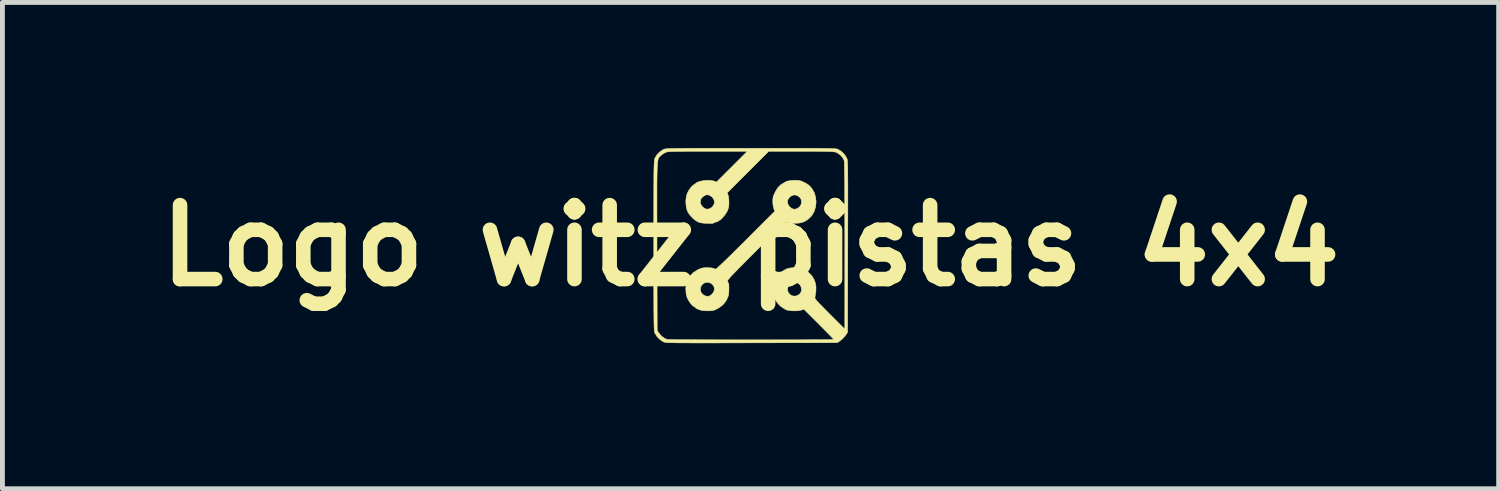
<source format=kicad_pcb>
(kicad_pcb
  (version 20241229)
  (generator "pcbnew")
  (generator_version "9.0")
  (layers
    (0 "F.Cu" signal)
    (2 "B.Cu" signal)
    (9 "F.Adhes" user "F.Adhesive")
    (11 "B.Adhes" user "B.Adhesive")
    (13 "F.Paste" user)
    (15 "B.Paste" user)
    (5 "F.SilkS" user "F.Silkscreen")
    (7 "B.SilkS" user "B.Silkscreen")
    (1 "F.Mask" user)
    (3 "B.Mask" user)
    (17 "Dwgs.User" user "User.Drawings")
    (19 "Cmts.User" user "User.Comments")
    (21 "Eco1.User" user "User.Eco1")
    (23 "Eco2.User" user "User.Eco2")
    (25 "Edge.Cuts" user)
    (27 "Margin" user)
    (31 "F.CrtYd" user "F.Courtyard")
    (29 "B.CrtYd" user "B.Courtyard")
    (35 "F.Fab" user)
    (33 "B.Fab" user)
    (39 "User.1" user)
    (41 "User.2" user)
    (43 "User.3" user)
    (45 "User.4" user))
  (footprint "Logo witz pistas 4x4"
    (layer "F.Cu")
    (at 12.417 2.012)
    (property "Reference" "Logo witz pistas 4x4" (at 0 0 0) (layer "F.SilkS") (effects (font (size 1.524 1.524) (thickness 0.3))))
    (attr through_hole)
    (fp_poly (pts (xy 0.971 -1.345) (xy 1.014 -1.339) (xy 1.053 -1.327) (xy 1.096 -1.308) (xy 1.152 -1.279) (xy 1.192 -1.252) (xy 1.226 -1.222) (xy 1.26 -1.181) (xy 1.265 -1.175) (xy 1.313 -1.093) (xy 1.341 -1.001) (xy 1.351 -0.903) (xy 1.342 -0.805) (xy 1.315 -0.712) (xy 1.269 -0.629) (xy 1.241 -0.595) (xy 1.17 -0.531) (xy 1.096 -0.489) (xy 1.012 -0.466) (xy 0.913 -0.46) (xy 0.893 -0.461) (xy 0.837 -0.465) (xy 0.787 -0.47) (xy 0.752 -0.475) (xy 0.745 -0.476) (xy 0.737 -0.478) (xy 0.728 -0.477) (xy 0.717 -0.472) (xy 0.701 -0.462) (xy 0.681 -0.447) (xy 0.654 -0.423) (xy 0.62 -0.392) (xy 0.576 -0.35) (xy 0.522 -0.297) (xy 0.455 -0.232) (xy 0.376 -0.153) (xy 0.282 -0.059) (xy 0.172 0.051) (xy 0.115 0.107) (xy -0.005 0.227) (xy -0.107 0.33) (xy -0.194 0.418) (xy -0.267 0.492) (xy -0.326 0.553) (xy -0.374 0.602) (xy -0.41 0.642) (xy -0.437 0.672) (xy -0.455 0.695) (xy -0.467 0.712) (xy -0.472 0.724) (xy -0.473 0.732) (xy -0.464 0.758) (xy -0.456 0.769) (xy -0.45 0.785) (xy -0.446 0.82) (xy -0.445 0.866) (xy -0.445 0.918) (xy -0.448 0.968) (xy -0.452 1.01) (xy -0.459 1.038) (xy -0.482 1.092) (xy -0.499 1.129) (xy -0.509 1.143) (xy -0.52 1.157) (xy -0.539 1.183) (xy -0.545 1.192) (xy -0.579 1.228) (xy -0.629 1.266) (xy -0.687 1.302) (xy -0.744 1.328) (xy -0.749 1.33) (xy -0.793 1.339) (xy -0.851 1.344) (xy -0.916 1.343) (xy -0.978 1.339) (xy -1.028 1.33) (xy -1.041 1.325) (xy -1.077 1.311) (xy -1.106 1.301) (xy -1.108 1.3) (xy -1.127 1.289) (xy -1.13 1.283) (xy -1.14 1.272) (xy -1.16 1.26) (xy -1.195 1.236) (xy -1.233 1.194) (xy -1.269 1.143) (xy -1.299 1.088) (xy -1.309 1.065) (xy -1.329 0.981) (xy -1.334 0.896) (xy -1.034 0.896) (xy -1.023 0.954) (xy -0.992 0.999) (xy -0.948 1.028) (xy -0.901 1.045) (xy -0.861 1.043) (xy -0.818 1.021) (xy -0.813 1.017) (xy -0.786 0.991) (xy -0.761 0.955) (xy -0.758 0.948) (xy -0.743 0.895) (xy -0.754 0.844) (xy -0.79 0.796) (xy -0.793 0.793) (xy -0.841 0.764) (xy -0.893 0.756) (xy -0.943 0.766) (xy -0.987 0.793) (xy -1.019 0.834) (xy -1.033 0.886) (xy -1.034 0.896) (xy -1.334 0.896) (xy -1.335 0.889) (xy -1.326 0.798) (xy -1.303 0.718) (xy -1.301 0.715) (xy -1.248 0.626) (xy -1.176 0.552) (xy -1.086 0.496) (xy -1.079 0.493) (xy -1.03 0.472) (xy -0.987 0.46) (xy -0.938 0.455) (xy -0.895 0.454) (xy -0.843 0.456) (xy -0.798 0.46) (xy -0.769 0.467) (xy -0.765 0.468) (xy -0.734 0.48) (xy -0.715 0.483) (xy -0.702 0.474) (xy -0.672 0.448) (xy -0.627 0.406) (xy -0.568 0.35) (xy -0.495 0.281) (xy -0.411 0.199) (xy -0.317 0.106) (xy -0.213 0.003) (xy -0.1 -0.109) (xy -0.097 -0.113) (xy 0.499 -0.708) (xy 0.478 -0.769) (xy 0.465 -0.824) (xy 0.459 -0.886) (xy 0.762 -0.886) (xy 0.778 -0.838) (xy 0.81 -0.796) (xy 0.852 -0.764) (xy 0.9 -0.75) (xy 0.906 -0.75) (xy 0.933 -0.755) (xy 0.968 -0.768) (xy 0.972 -0.769) (xy 1.013 -0.801) (xy 1.04 -0.846) (xy 1.051 -0.898) (xy 1.044 -0.949) (xy 1.018 -0.992) (xy 1.013 -0.997) (xy 0.96 -1.034) (xy 0.909 -1.046) (xy 0.863 -1.037) (xy 0.811 -1.005) (xy 0.777 -0.961) (xy 0.765 -0.933) (xy 0.762 -0.886) (xy 0.459 -0.886) (xy 0.459 -0.888) (xy 0.459 -0.951) (xy 0.466 -1.005) (xy 0.472 -1.025) (xy 0.516 -1.121) (xy 0.564 -1.195) (xy 0.618 -1.25) (xy 0.66 -1.277) (xy 0.69 -1.294) (xy 0.709 -1.306) (xy 0.711 -1.308) (xy 0.738 -1.323) (xy 0.784 -1.335) (xy 0.844 -1.343) (xy 0.909 -1.346) (xy 0.913 -1.346) (xy 0.971 -1.345)) (stroke (width 0.01) (type solid)) (fill yes) (layer "F.SilkS"))
    (fp_poly (pts (xy 0.252 -2.007) (xy 0.474 -2.007) (xy 0.673 -2.006) (xy 0.85 -2.006) (xy 1.007 -2.006) (xy 1.146 -2.006) (xy 1.266 -2.005) (xy 1.37 -2.005) (xy 1.459 -2.004) (xy 1.534 -2.003) (xy 1.597 -2.002) (xy 1.648 -2.001) (xy 1.69 -2) (xy 1.723 -1.998) (xy 1.748 -1.996) (xy 1.767 -1.994) (xy 1.782 -1.991) (xy 1.793 -1.988) (xy 1.802 -1.985) (xy 1.81 -1.981) (xy 1.81 -1.981) (xy 1.88 -1.935) (xy 1.94 -1.873) (xy 1.981 -1.808) (xy 1.984 -1.8) (xy 1.988 -1.792) (xy 1.991 -1.781) (xy 1.993 -1.768) (xy 1.995 -1.75) (xy 1.998 -1.727) (xy 1.999 -1.696) (xy 2.001 -1.658) (xy 2.002 -1.609) (xy 2.003 -1.551) (xy 2.004 -1.48) (xy 2.004 -1.395) (xy 2.005 -1.296) (xy 2.005 -1.182) (xy 2.005 -1.05) (xy 2.005 -0.899) (xy 2.005 -0.729) (xy 2.005 -0.538) (xy 2.004 -0.324) (xy 2.004 -0.087) (xy 2.004 0.017) (xy 2 1.787) (xy 1.957 1.851) (xy 1.92 1.895) (xy 1.874 1.939) (xy 1.851 1.957) (xy 1.787 2) (xy 0.02 2.003) (xy -0.226 2.004) (xy -0.449 2.004) (xy -0.649 2.005) (xy -0.828 2.005) (xy -0.986 2.005) (xy -1.125 2.005) (xy -1.247 2.005) (xy -1.352 2.004) (xy -1.442 2.004) (xy -1.518 2.003) (xy -1.581 2.002) (xy -1.633 2.001) (xy -1.675 2) (xy -1.708 1.998) (xy -1.734 1.996) (xy -1.754 1.994) (xy -1.769 1.991) (xy -1.78 1.989) (xy -1.788 1.985) (xy -1.796 1.982) (xy -1.799 1.981) (xy -1.866 1.936) (xy -1.926 1.875) (xy -1.968 1.81) (xy -1.972 1.802) (xy -1.975 1.794) (xy -1.978 1.783) (xy -1.981 1.769) (xy -1.983 1.75) (xy -1.985 1.725) (xy -1.987 1.693) (xy -1.988 1.653) (xy -1.989 1.602) (xy -1.991 1.541) (xy -1.991 1.467) (xy -1.992 1.379) (xy -1.993 1.276) (xy -1.993 1.157) (xy -1.993 1.021) (xy -1.994 0.866) (xy -1.994 0.69) (xy -1.994 0.494) (xy -1.994 0.274) (xy -1.994 0.031) (xy -1.994 0.002) (xy -1.994 -0.244) (xy -1.994 -0.466) (xy -1.994 -0.665) (xy -1.994 -0.843) (xy -1.994 -0.979) (xy -1.929 -0.979) (xy -1.929 -0.817) (xy -1.929 -0.634) (xy -1.928 -0.429) (xy -1.928 -0.202) (xy -1.928 0.019) (xy -1.924 1.746) (xy -1.886 1.806) (xy -1.838 1.862) (xy -1.774 1.909) (xy -1.721 1.932) (xy -1.705 1.934) (xy -1.665 1.935) (xy -1.604 1.936) (xy -1.524 1.937) (xy -1.425 1.938) (xy -1.31 1.938) (xy -1.18 1.939) (xy -1.038 1.94) (xy -0.885 1.94) (xy -0.723 1.941) (xy -0.554 1.941) (xy -0.379 1.941) (xy -0.201 1.942) (xy -0.02 1.942) (xy 0.16 1.942) (xy 0.34 1.942) (xy 0.515 1.941) (xy 0.686 1.941) (xy 0.849 1.941) (xy 1.004 1.941) (xy 1.148 1.94) (xy 1.28 1.939) (xy 1.398 1.939) (xy 1.5 1.938) (xy 1.584 1.937) (xy 1.649 1.936) (xy 1.692 1.935) (xy 1.713 1.934) (xy 1.714 1.933) (xy 1.706 1.923) (xy 1.681 1.896) (xy 1.643 1.856) (xy 1.592 1.804) (xy 1.532 1.743) (xy 1.464 1.674) (xy 1.407 1.617) (xy 1.099 1.31) (xy 1.048 1.328) (xy 1.002 1.338) (xy 0.944 1.344) (xy 0.881 1.344) (xy 0.819 1.34) (xy 0.765 1.331) (xy 0.726 1.319) (xy 0.711 1.309) (xy 0.696 1.298) (xy 0.67 1.283) (xy 0.669 1.283) (xy 0.619 1.249) (xy 0.57 1.199) (xy 0.528 1.144) (xy 0.512 1.115) (xy 0.486 1.058) (xy 0.47 1.015) (xy 0.461 0.976) (xy 0.458 0.933) (xy 0.457 0.901) (xy 0.458 0.898) (xy 0.762 0.898) (xy 0.766 0.935) (xy 0.794 0.989) (xy 0.836 1.024) (xy 0.887 1.041) (xy 0.942 1.037) (xy 0.995 1.012) (xy 1.013 0.997) (xy 1.041 0.955) (xy 1.051 0.905) (xy 1.042 0.853) (xy 1.018 0.806) (xy 0.978 0.772) (xy 0.972 0.769) (xy 0.928 0.753) (xy 0.891 0.752) (xy 0.848 0.767) (xy 0.844 0.769) (xy 0.803 0.801) (xy 0.774 0.847) (xy 0.762 0.898) (xy 0.458 0.898) (xy 0.469 0.795) (xy 0.504 0.698) (xy 0.559 0.613) (xy 0.634 0.542) (xy 0.725 0.488) (xy 0.768 0.471) (xy 0.807 0.462) (xy 0.86 0.456) (xy 0.915 0.454) (xy 0.915 0.454) (xy 1.018 0.466) (xy 1.113 0.5) (xy 1.196 0.553) (xy 1.264 0.623) (xy 1.308 0.695) (xy 1.336 0.77) (xy 1.349 0.85) (xy 1.348 0.938) (xy 1.332 1.042) (xy 1.327 1.067) (xy 1.326 1.077) (xy 1.331 1.09) (xy 1.343 1.108) (xy 1.362 1.133) (xy 1.392 1.166) (xy 1.434 1.21) (xy 1.489 1.266) (xy 1.559 1.337) (xy 1.631 1.41) (xy 1.943 1.721) (xy 1.943 0.008) (xy 1.943 -0.257) (xy 1.943 -0.497) (xy 1.942 -0.713) (xy 1.942 -0.906) (xy 1.941 -1.077) (xy 1.941 -1.226) (xy 1.94 -1.356) (xy 1.938 -1.465) (xy 1.937 -1.556) (xy 1.936 -1.629) (xy 1.934 -1.684) (xy 1.932 -1.723) (xy 1.93 -1.747) (xy 1.929 -1.754) (xy 1.899 -1.813) (xy 1.852 -1.867) (xy 1.793 -1.909) (xy 1.776 -1.917) (xy 1.763 -1.923) (xy 1.749 -1.928) (xy 1.731 -1.931) (xy 1.707 -1.935) (xy 1.676 -1.937) (xy 1.634 -1.939) (xy 1.58 -1.94) (xy 1.512 -1.941) (xy 1.427 -1.942) (xy 1.324 -1.943) (xy 1.199 -1.943) (xy 1.051 -1.943) (xy 1.047 -1.943) (xy 0.374 -1.943) (xy -0.054 -1.515) (xy -0.481 -1.087) (xy -0.463 -1.044) (xy -0.453 -1.005) (xy -0.446 -0.949) (xy -0.445 -0.894) (xy -0.446 -0.832) (xy -0.453 -0.786) (xy -0.466 -0.744) (xy -0.476 -0.719) (xy -0.499 -0.677) (xy -0.53 -0.632) (xy -0.564 -0.589) (xy -0.598 -0.553) (xy -0.626 -0.528) (xy -0.643 -0.521) (xy -0.659 -0.514) (xy -0.66 -0.509) (xy -0.672 -0.499) (xy -0.699 -0.489) (xy -0.705 -0.488) (xy -0.737 -0.48) (xy -0.755 -0.47) (xy -0.757 -0.468) (xy -0.774 -0.461) (xy -0.81 -0.457) (xy -0.858 -0.457) (xy -0.914 -0.459) (xy -0.97 -0.463) (xy -1.02 -0.47) (xy -1.058 -0.479) (xy -1.059 -0.479) (xy -1.122 -0.511) (xy -1.186 -0.561) (xy -1.244 -0.623) (xy -1.289 -0.688) (xy -1.307 -0.728) (xy -1.327 -0.811) (xy -1.334 -0.904) (xy -1.333 -0.92) (xy -1.034 -0.92) (xy -1.032 -0.874) (xy -1.011 -0.826) (xy -0.975 -0.787) (xy -0.951 -0.772) (xy -0.915 -0.755) (xy -0.887 -0.751) (xy -0.856 -0.758) (xy -0.842 -0.763) (xy -0.796 -0.79) (xy -0.762 -0.835) (xy -0.751 -0.858) (xy -0.744 -0.907) (xy -0.758 -0.956) (xy -0.79 -1) (xy -0.837 -1.033) (xy -0.859 -1.042) (xy -0.89 -1.049) (xy -0.918 -1.044) (xy -0.95 -1.029) (xy -0.993 -0.999) (xy -1.019 -0.966) (xy -1.034 -0.92) (xy -1.333 -0.92) (xy -1.327 -0.995) (xy -1.309 -1.065) (xy -1.284 -1.118) (xy -1.25 -1.172) (xy -1.212 -1.219) (xy -1.175 -1.252) (xy -1.164 -1.259) (xy -1.141 -1.274) (xy -1.13 -1.282) (xy -1.101 -1.304) (xy -1.052 -1.322) (xy -0.992 -1.335) (xy -0.924 -1.344) (xy -0.857 -1.346) (xy -0.797 -1.341) (xy -0.751 -1.329) (xy -0.702 -1.31) (xy -0.385 -1.626) (xy -0.068 -1.943) (xy -0.885 -1.943) (xy -1.05 -1.943) (xy -1.191 -1.943) (xy -1.311 -1.943) (xy -1.411 -1.942) (xy -1.493 -1.942) (xy -1.56 -1.94) (xy -1.613 -1.939) (xy -1.655 -1.937) (xy -1.686 -1.935) (xy -1.71 -1.932) (xy -1.728 -1.929) (xy -1.742 -1.925) (xy -1.754 -1.92) (xy -1.757 -1.918) (xy -1.802 -1.893) (xy -1.843 -1.861) (xy -1.852 -1.853) (xy -1.863 -1.842) (xy -1.873 -1.832) (xy -1.882 -1.823) (xy -1.89 -1.812) (xy -1.897 -1.799) (xy -1.903 -1.782) (xy -1.908 -1.76) (xy -1.913 -1.732) (xy -1.917 -1.696) (xy -1.92 -1.651) (xy -1.923 -1.596) (xy -1.925 -1.529) (xy -1.927 -1.45) (xy -1.928 -1.356) (xy -1.929 -1.248) (xy -1.929 -1.122) (xy -1.929 -0.979) (xy -1.994 -0.979) (xy -1.993 -1) (xy -1.993 -1.139) (xy -1.993 -1.259) (xy -1.992 -1.364) (xy -1.992 -1.453) (xy -1.991 -1.529) (xy -1.99 -1.591) (xy -1.988 -1.643) (xy -1.987 -1.685) (xy -1.985 -1.718) (xy -1.983 -1.744) (xy -1.981 -1.763) (xy -1.978 -1.778) (xy -1.975 -1.789) (xy -1.972 -1.798) (xy -1.969 -1.807) (xy -1.968 -1.809) (xy -1.923 -1.879) (xy -1.861 -1.94) (xy -1.797 -1.981) (xy -1.79 -1.985) (xy -1.781 -1.988) (xy -1.77 -1.991) (xy -1.756 -1.993) (xy -1.737 -1.996) (xy -1.712 -1.998) (xy -1.68 -1.999) (xy -1.64 -2.001) (xy -1.589 -2.002) (xy -1.528 -2.003) (xy -1.453 -2.004) (xy -1.366 -2.005) (xy -1.263 -2.005) (xy -1.144 -2.006) (xy -1.007 -2.006) (xy -0.852 -2.006) (xy -0.676 -2.006) (xy -0.479 -2.007) (xy -0.26 -2.007) (xy -0.016 -2.007) (xy 0.006 -2.007) (xy 0.252 -2.007)) (stroke (width 0.01) (type solid)) (fill yes) (layer "F.SilkS")))
  (gr_rect
    (start -3 -3)
    (end 27.834 7.022)
    (stroke (width 0.1) (type default))
    (fill no)
    (layer "Edge.Cuts")))
</source>
